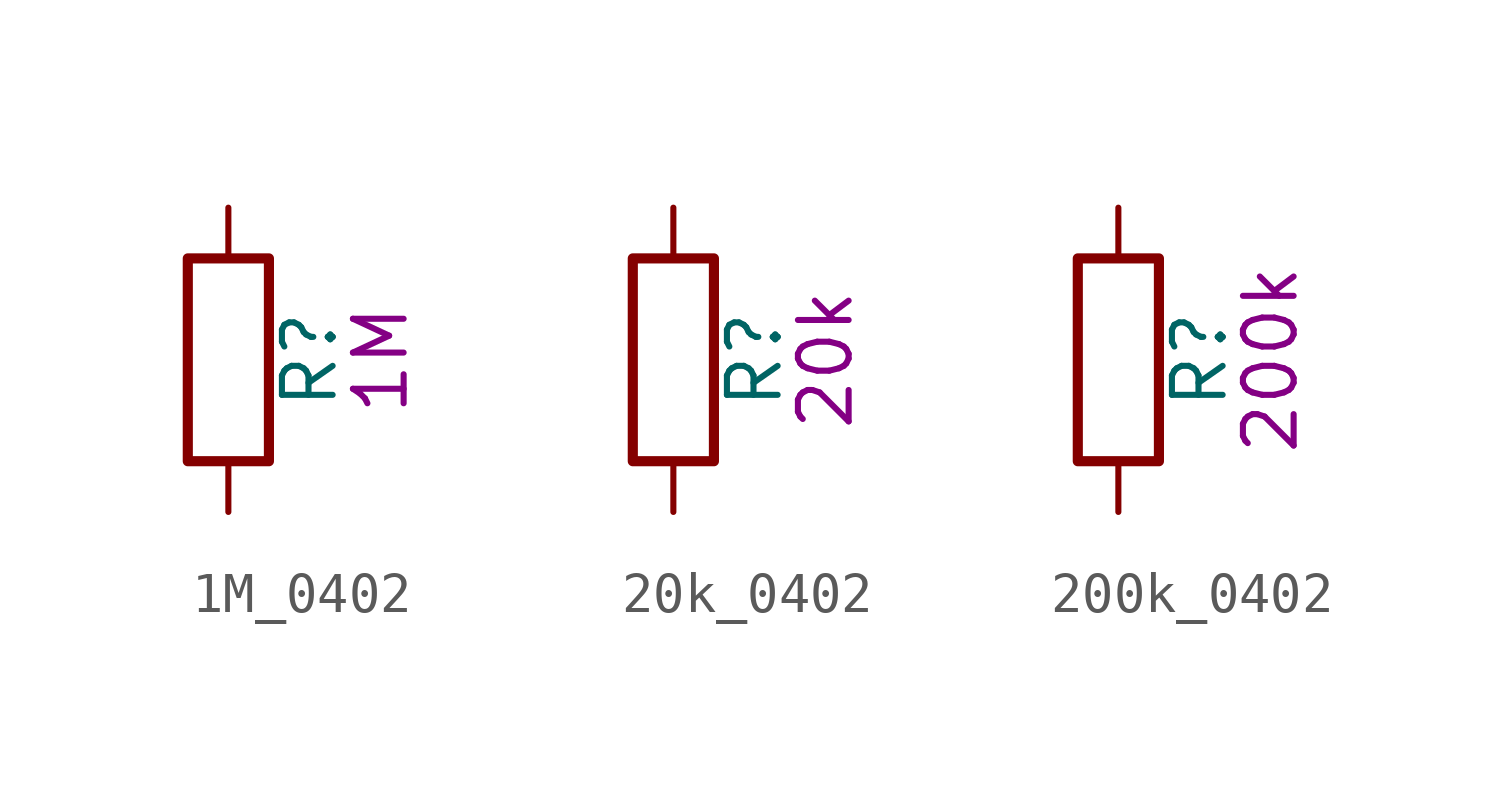
<source format=kicad_sym>
(kicad_symbol_lib
  (version 20211014)
  (generator kicad_symbol_editor)
  (symbol "1M_0402"
    (pin_numbers hide)
    (pin_names
      (offset 0))
    (property "Reference" "R"
      (at 2.032 0 90)
      (effects (font (size 1.27 1.27))))
    (property "Display" "1M"
      (at 3.81 0 90)
      (effects (font (size 1.27 1.27))))
    (symbol "1M_0402_0_1"
      (rectangle (start -1.016 -2.54) (end 1.016 2.54) (stroke (width 0.254) (type default) (color 0 0 0 0)) (fill (type none))))
    (symbol "1M_0402_1_1"
      (pin passive line (at 0 3.81 270) (length 1.27) (name "~" (effects (font (size 1.27 1.27)))) (number "1" (effects (font (size 1.27 1.27)))))
      (pin passive line (at 0 -3.81 90) (length 1.27) (name "~" (effects (font (size 1.27 1.27)))) (number "2" (effects (font (size 1.27 1.27)))))))
  (symbol "20k_0402"
    (pin_numbers hide)
    (pin_names
      (offset 0))
    (property "Reference" "R"
      (at 2.032 0 90)
      (effects (font (size 1.27 1.27))))
    (property "Display" "20k"
      (at 3.81 0 90)
      (effects (font (size 1.27 1.27))))
    (symbol "20k_0402_0_1"
      (rectangle (start -1.016 -2.54) (end 1.016 2.54) (stroke (width 0.254) (type default) (color 0 0 0 0)) (fill (type none))))
    (symbol "20k_0402_1_1"
      (pin passive line (at 0 3.81 270) (length 1.27) (name "~" (effects (font (size 1.27 1.27)))) (number "1" (effects (font (size 1.27 1.27)))))
      (pin passive line (at 0 -3.81 90) (length 1.27) (name "~" (effects (font (size 1.27 1.27)))) (number "2" (effects (font (size 1.27 1.27)))))))
  (symbol "200k_0402"
    (pin_numbers hide)
    (pin_names
      (offset 0))
    (property "Reference" "R"
      (at 2.032 0 90)
      (effects (font (size 1.27 1.27))))
    (property "Display" "200k"
      (at 3.81 0 90)
      (effects (font (size 1.27 1.27))))
    (symbol "200k_0402_0_1"
      (rectangle (start -1.016 -2.54) (end 1.016 2.54) (stroke (width 0.254) (type default) (color 0 0 0 0)) (fill (type none))))
    (symbol "200k_0402_1_1"
      (pin passive line (at 0 3.81 270) (length 1.27) (name "~" (effects (font (size 1.27 1.27)))) (number "1" (effects (font (size 1.27 1.27)))))
      (pin passive line (at 0 -3.81 90) (length 1.27) (name "~" (effects (font (size 1.27 1.27)))) (number "2" (effects (font (size 1.27 1.27))))))))
</source>
